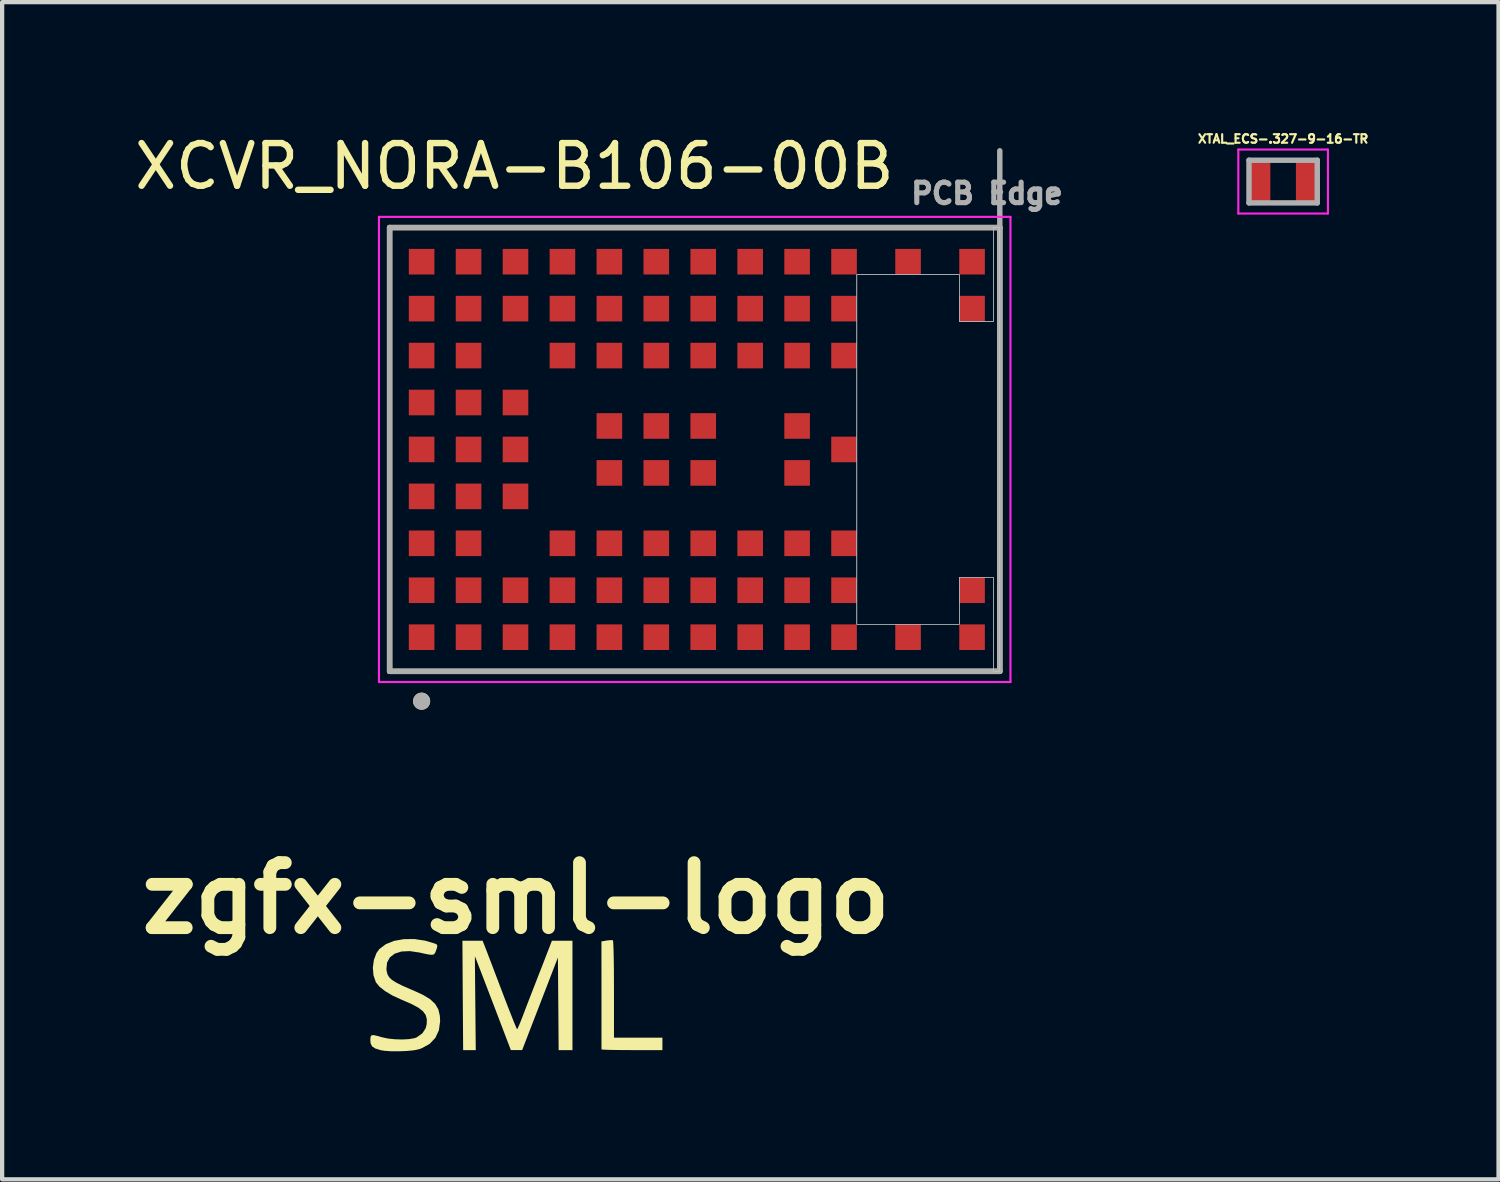
<source format=kicad_pcb>
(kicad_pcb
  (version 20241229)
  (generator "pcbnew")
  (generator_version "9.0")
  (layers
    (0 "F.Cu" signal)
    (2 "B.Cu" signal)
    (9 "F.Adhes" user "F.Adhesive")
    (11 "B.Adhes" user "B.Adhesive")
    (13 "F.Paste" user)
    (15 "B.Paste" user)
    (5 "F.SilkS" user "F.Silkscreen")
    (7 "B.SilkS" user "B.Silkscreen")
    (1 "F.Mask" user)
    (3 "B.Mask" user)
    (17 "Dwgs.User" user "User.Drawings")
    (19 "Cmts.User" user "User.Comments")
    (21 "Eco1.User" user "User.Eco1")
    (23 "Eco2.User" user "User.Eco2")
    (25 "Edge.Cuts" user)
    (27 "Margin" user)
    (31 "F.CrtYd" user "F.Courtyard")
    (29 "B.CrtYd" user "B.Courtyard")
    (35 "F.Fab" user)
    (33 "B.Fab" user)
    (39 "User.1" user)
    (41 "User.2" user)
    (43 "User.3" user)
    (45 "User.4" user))
  (footprint "zgfx-sml-logo"
    (layer "F.Cu")
    (at 9.068 20.262)
    (property "Reference" "zgfx-sml-logo" (at -0.025 -2.261 0) (layer "F.SilkS") (effects (font (size 1.524 1.524) (thickness 0.3))))
    (attr board_only exclude_from_pos_files exclude_from_bom)
    (fp_poly (pts (xy 2.241 -1.278) (xy 2.246 -1.276) (xy 2.252 -1.241) (xy 2.257 -1.149) (xy 2.262 -1.007) (xy 2.266 -0.823) (xy 2.269 -0.603) (xy 2.27 -0.356) (xy 2.271 -0.128) (xy 2.271 1.006) (xy 3.406 1.006) (xy 3.406 1.298) (xy 2.692 1.298) (xy 2.485 1.297) (xy 2.301 1.295) (xy 2.151 1.292) (xy 2.042 1.288) (xy 1.985 1.284) (xy 1.978 1.281) (xy 1.978 1.246) (xy 1.978 1.154) (xy 1.978 1.01) (xy 1.978 0.823) (xy 1.978 0.6) (xy 1.978 0.347) (xy 1.978 0.072) (xy 1.978 0.008) (xy 1.977 -1.249) (xy 2.1 -1.27) (xy 2.185 -1.28)) (stroke (width 0) (type solid)) (fill yes) (layer "F.SilkS"))
    (fp_poly (pts (xy -1.045 -1.265) (xy -0.808 -1.265) (xy -0.766 -1.16) (xy -0.744 -1.103) (xy -0.702 -0.995) (xy -0.644 -0.843) (xy -0.572 -0.655) (xy -0.491 -0.441) (xy -0.403 -0.209) (xy -0.37 -0.122) (xy -0.282 0.108) (xy -0.201 0.319) (xy -0.129 0.5) (xy -0.071 0.647) (xy -0.028 0.75) (xy -0.004 0.804) (xy 0 0.81) (xy 0.017 0.781) (xy 0.052 0.704) (xy 0.098 0.591) (xy 0.142 0.478) (xy 0.203 0.316) (xy 0.279 0.119) (xy 0.36 -0.09) (xy 0.436 -0.285) (xy 0.439 -0.292) (xy 0.511 -0.478) (xy 0.586 -0.669) (xy 0.654 -0.845) (xy 0.708 -0.985) (xy 0.713 -0.998) (xy 0.816 -1.265) (xy 1.298 -1.265) (xy 1.298 1.298) (xy 0.974 1.298) (xy 0.966 0.213) (xy 0.957 -0.872) (xy 0.119 1.298) (xy -0.013 1.297) (xy -0.146 1.297) (xy -0.421 0.576) (xy -0.509 0.344) (xy -0.6 0.107) (xy -0.687 -0.12) (xy -0.764 -0.322) (xy -0.826 -0.483) (xy -0.842 -0.525) (xy -0.989 -0.904) (xy -0.979 0.197) (xy -0.968 1.298) (xy -1.264 1.298) (xy -1.273 0.016) (xy -1.281 -1.265)) (stroke (width 0) (type solid)) (fill yes) (layer "F.SilkS"))
    (fp_poly (pts (xy -2.154 -1.267) (xy -1.927 -1.199) (xy -1.88 -1.176) (xy -1.868 -1.143) (xy -1.884 -1.078) (xy -1.895 -1.047) (xy -1.918 -0.987) (xy -1.944 -0.95) (xy -1.987 -0.935) (xy -2.058 -0.94) (xy -2.171 -0.962) (xy -2.284 -0.988) (xy -2.513 -1.022) (xy -2.709 -1.013) (xy -2.866 -0.963) (xy -2.98 -0.876) (xy -3.047 -0.754) (xy -3.062 -0.599) (xy -3.057 -0.559) (xy -3.038 -0.481) (xy -3 -0.413) (xy -2.935 -0.349) (xy -2.835 -0.285) (xy -2.692 -0.213) (xy -2.498 -0.128) (xy -2.426 -0.098) (xy -2.202 0.005) (xy -2.034 0.107) (xy -1.918 0.218) (xy -1.845 0.343) (xy -1.81 0.493) (xy -1.803 0.618) (xy -1.832 0.832) (xy -1.915 1.011) (xy -2.05 1.153) (xy -2.236 1.255) (xy -2.311 1.281) (xy -2.43 1.304) (xy -2.591 1.319) (xy -2.772 1.326) (xy -2.952 1.325) (xy -3.107 1.314) (xy -3.195 1.3) (xy -3.323 1.26) (xy -3.399 1.21) (xy -3.433 1.139) (xy -3.439 1.069) (xy -3.435 0.995) (xy -3.417 0.955) (xy -3.371 0.945) (xy -3.287 0.962) (xy -3.177 0.994) (xy -3.032 1.026) (xy -2.863 1.044) (xy -2.689 1.049) (xy -2.529 1.04) (xy -2.402 1.018) (xy -2.352 0.999) (xy -2.22 0.905) (xy -2.143 0.788) (xy -2.118 0.689) (xy -2.115 0.573) (xy -2.142 0.475) (xy -2.206 0.387) (xy -2.313 0.304) (xy -2.471 0.219) (xy -2.684 0.126) (xy -2.713 0.114) (xy -2.915 0.022) (xy -3.089 -0.082) (xy -3.224 -0.188) (xy -3.308 -0.29) (xy -3.31 -0.294) (xy -3.365 -0.454) (xy -3.38 -0.634) (xy -3.356 -0.815) (xy -3.296 -0.975) (xy -3.228 -1.07) (xy -3.077 -1.184) (xy -2.882 -1.262) (xy -2.656 -1.302) (xy -2.409 -1.305)) (stroke (width 0) (type solid)) (fill yes) (layer "F.SilkS")))
  (footprint "XCVR_NORA-B106-00B"
    (layer "F.Cu")
    (at 12.331 7.483)
    (property "Reference" "XCVR_NORA-B106-00B" (at -3.325 -6.635 0) (layer "F.SilkS") (effects (font (size 1 1) (thickness 0.15))))
    (attr smd)
    (fp_line (start -6.25 -5.2) (end 8.05 -5.2) (stroke (width 0.127) (type solid)) (layer "F.SilkS"))
    (fp_line (start -6.25 5.2) (end -6.25 -5.2) (stroke (width 0.127) (type solid)) (layer "F.SilkS"))
    (fp_line (start 8.05 -5.2) (end 8.05 5.2) (stroke (width 0.127) (type solid)) (layer "F.SilkS"))
    (fp_line (start 8.05 5.2) (end -6.25 5.2) (stroke (width 0.127) (type solid)) (layer "F.SilkS"))
    (fp_circle (center -5.5 5.9) (end -5.4 5.9) (stroke (width 0.2) (type solid)) (fill no) (layer "F.SilkS"))
    (fp_poly (pts (xy 4.7 -4.1) (xy 4.7 4.1) (xy 7.1 4.1) (xy 7.1 3) (xy 7.9 3) (xy 7.9 5.2) (xy 8.05 5.2) (xy 8.05 -5.2) (xy 7.9 -5.2) (xy 7.9 -3) (xy 7.1 -3) (xy 7.1 -4.1)) (stroke (width 0.01) (type solid)) (fill no) (layer "Dwgs.User"))
    (fp_poly (pts (xy 4.7 -4.1) (xy 4.7 4.1) (xy 7.1 4.1) (xy 7.1 3) (xy 7.9 3) (xy 7.9 5.2) (xy 8.05 5.2) (xy 8.05 -5.2) (xy 7.9 -5.2) (xy 7.9 -3) (xy 7.1 -3) (xy 7.1 -4.1)) (stroke (width 0.01) (type solid)) (fill no) (layer "Dwgs.User"))
    (fp_poly (pts (xy 4.7 -4.1) (xy 4.7 4.1) (xy 7.1 4.1) (xy 7.1 3) (xy 7.9 3) (xy 7.9 5.2) (xy 8.05 5.2) (xy 8.05 -5.2) (xy 7.9 -5.2) (xy 7.9 -3) (xy 7.1 -3) (xy 7.1 -4.1)) (stroke (width 0.01) (type solid)) (fill no) (layer "Dwgs.User"))
    (fp_line (start -6.5 -5.45) (end -6.5 5.45) (stroke (width 0.05) (type solid)) (layer "F.CrtYd"))
    (fp_line (start -6.5 5.45) (end 8.3 5.45) (stroke (width 0.05) (type solid)) (layer "F.CrtYd"))
    (fp_line (start 8.3 -5.45) (end -6.5 -5.45) (stroke (width 0.05) (type solid)) (layer "F.CrtYd"))
    (fp_line (start 8.3 5.45) (end 8.3 -5.45) (stroke (width 0.05) (type solid)) (layer "F.CrtYd"))
    (fp_line (start -6.25 -5.2) (end 8.05 -5.2) (stroke (width 0.127) (type solid)) (layer "F.Fab"))
    (fp_line (start -6.25 5.2) (end -6.25 -5.2) (stroke (width 0.127) (type solid)) (layer "F.Fab"))
    (fp_line (start 8.05 -7) (end 8.05 -5.2) (stroke (width 0.127) (type solid)) (layer "F.Fab"))
    (fp_line (start 8.05 -5.2) (end 8.05 5.2) (stroke (width 0.127) (type solid)) (layer "F.Fab"))
    (fp_line (start 8.05 5.2) (end -6.25 5.2) (stroke (width 0.127) (type solid)) (layer "F.Fab"))
    (fp_circle (center -5.5 5.9) (end -5.4 5.9) (stroke (width 0.2) (type solid)) (fill no) (layer "F.Fab"))
    (fp_text user "PCB Edge" (at 7.75 -6 0) (layer "F.Fab") (effects (font (size 0.48 0.48) (thickness 0.12))))
    (pad "A1" smd rect (at -5.5 4.4) (size 0.6 0.6) (layers "F.Cu" "F.Mask" "F.Paste"))
    (pad "A2" smd rect (at -5.5 3.3) (size 0.6 0.6) (layers "F.Cu" "F.Mask" "F.Paste"))
    (pad "A3" smd rect (at -5.5 2.2) (size 0.6 0.6) (layers "F.Cu" "F.Mask" "F.Paste"))
    (pad "A4" smd rect (at -5.5 1.1) (size 0.6 0.6) (layers "F.Cu" "F.Mask" "F.Paste"))
    (pad "A5" smd rect (at -5.5 0) (size 0.6 0.6) (layers "F.Cu" "F.Mask" "F.Paste"))
    (pad "A6" smd rect (at -5.5 -1.1) (size 0.6 0.6) (layers "F.Cu" "F.Mask" "F.Paste"))
    (pad "A7" smd rect (at -5.5 -2.2) (size 0.6 0.6) (layers "F.Cu" "F.Mask" "F.Paste"))
    (pad "A8" smd rect (at -5.5 -3.3) (size 0.6 0.6) (layers "F.Cu" "F.Mask" "F.Paste"))
    (pad "A9" smd rect (at -5.5 -4.4) (size 0.6 0.6) (layers "F.Cu" "F.Mask" "F.Paste"))
    (pad "B1" smd rect (at -4.4 4.4) (size 0.6 0.6) (layers "F.Cu" "F.Mask" "F.Paste"))
    (pad "B2" smd rect (at -4.4 3.3) (size 0.6 0.6) (layers "F.Cu" "F.Mask" "F.Paste"))
    (pad "B3" smd rect (at -4.4 2.2) (size 0.6 0.6) (layers "F.Cu" "F.Mask" "F.Paste"))
    (pad "B4" smd rect (at -4.4 1.1) (size 0.6 0.6) (layers "F.Cu" "F.Mask" "F.Paste"))
    (pad "B5" smd rect (at -4.4 0) (size 0.6 0.6) (layers "F.Cu" "F.Mask" "F.Paste"))
    (pad "B6" smd rect (at -4.4 -1.1) (size 0.6 0.6) (layers "F.Cu" "F.Mask" "F.Paste"))
    (pad "B7" smd rect (at -4.4 -2.2) (size 0.6 0.6) (layers "F.Cu" "F.Mask" "F.Paste"))
    (pad "B8" smd rect (at -4.4 -3.3) (size 0.6 0.6) (layers "F.Cu" "F.Mask" "F.Paste"))
    (pad "B9" smd rect (at -4.4 -4.4) (size 0.6 0.6) (layers "F.Cu" "F.Mask" "F.Paste"))
    (pad "C1" smd rect (at -3.3 4.4) (size 0.6 0.6) (layers "F.Cu" "F.Mask" "F.Paste"))
    (pad "C2" smd rect (at -3.3 3.3) (size 0.6 0.6) (layers "F.Cu" "F.Mask" "F.Paste"))
    (pad "C4" smd rect (at -3.3 1.1) (size 0.6 0.6) (layers "F.Cu" "F.Mask" "F.Paste"))
    (pad "C5" smd rect (at -3.3 0) (size 0.6 0.6) (layers "F.Cu" "F.Mask" "F.Paste"))
    (pad "C6" smd rect (at -3.3 -1.1) (size 0.6 0.6) (layers "F.Cu" "F.Mask" "F.Paste"))
    (pad "C8" smd rect (at -3.3 -3.3) (size 0.6 0.6) (layers "F.Cu" "F.Mask" "F.Paste"))
    (pad "C9" smd rect (at -3.3 -4.4) (size 0.6 0.6) (layers "F.Cu" "F.Mask" "F.Paste"))
    (pad "D1" smd rect (at -2.2 4.4) (size 0.6 0.6) (layers "F.Cu" "F.Mask" "F.Paste"))
    (pad "D2" smd rect (at -2.2 3.3) (size 0.6 0.6) (layers "F.Cu" "F.Mask" "F.Paste"))
    (pad "D3" smd rect (at -2.2 2.2) (size 0.6 0.6) (layers "F.Cu" "F.Mask" "F.Paste"))
    (pad "D7" smd rect (at -2.2 -2.2) (size 0.6 0.6) (layers "F.Cu" "F.Mask" "F.Paste"))
    (pad "D8" smd rect (at -2.2 -3.3) (size 0.6 0.6) (layers "F.Cu" "F.Mask" "F.Paste"))
    (pad "D9" smd rect (at -2.2 -4.4) (size 0.6 0.6) (layers "F.Cu" "F.Mask" "F.Paste"))
    (pad "E1" smd rect (at -1.1 4.4) (size 0.6 0.6) (layers "F.Cu" "F.Mask" "F.Paste"))
    (pad "E2" smd rect (at -1.1 3.3) (size 0.6 0.6) (layers "F.Cu" "F.Mask" "F.Paste"))
    (pad "E3" smd rect (at -1.1 2.2) (size 0.6 0.6) (layers "F.Cu" "F.Mask" "F.Paste"))
    (pad "E4" smd rect (at -1.1 0.55) (size 0.6 0.6) (layers "F.Cu" "F.Mask" "F.Paste"))
    (pad "E5" smd rect (at -1.1 -0.55) (size 0.6 0.6) (layers "F.Cu" "F.Mask" "F.Paste"))
    (pad "E7" smd rect (at -1.1 -2.2) (size 0.6 0.6) (layers "F.Cu" "F.Mask" "F.Paste"))
    (pad "E8" smd rect (at -1.1 -3.3) (size 0.6 0.6) (layers "F.Cu" "F.Mask" "F.Paste"))
    (pad "E9" smd rect (at -1.1 -4.4) (size 0.6 0.6) (layers "F.Cu" "F.Mask" "F.Paste"))
    (pad "F1" smd rect (at 0 4.4) (size 0.6 0.6) (layers "F.Cu" "F.Mask" "F.Paste"))
    (pad "F2" smd rect (at 0 3.3) (size 0.6 0.6) (layers "F.Cu" "F.Mask" "F.Paste"))
    (pad "F3" smd rect (at 0 2.2) (size 0.6 0.6) (layers "F.Cu" "F.Mask" "F.Paste"))
    (pad "F4" smd rect (at 0 0.55) (size 0.6 0.6) (layers "F.Cu" "F.Mask" "F.Paste"))
    (pad "F5" smd rect (at 0 -0.55) (size 0.6 0.6) (layers "F.Cu" "F.Mask" "F.Paste"))
    (pad "F7" smd rect (at 0 -2.2) (size 0.6 0.6) (layers "F.Cu" "F.Mask" "F.Paste"))
    (pad "F8" smd rect (at 0 -3.3) (size 0.6 0.6) (layers "F.Cu" "F.Mask" "F.Paste"))
    (pad "F9" smd rect (at 0 -4.4) (size 0.6 0.6) (layers "F.Cu" "F.Mask" "F.Paste"))
    (pad "G1" smd rect (at 1.1 4.4) (size 0.6 0.6) (layers "F.Cu" "F.Mask" "F.Paste"))
    (pad "G2" smd rect (at 1.1 3.3) (size 0.6 0.6) (layers "F.Cu" "F.Mask" "F.Paste"))
    (pad "G3" smd rect (at 1.1 2.2) (size 0.6 0.6) (layers "F.Cu" "F.Mask" "F.Paste"))
    (pad "G4" smd rect (at 1.1 0.55) (size 0.6 0.6) (layers "F.Cu" "F.Mask" "F.Paste"))
    (pad "G5" smd rect (at 1.1 -0.55) (size 0.6 0.6) (layers "F.Cu" "F.Mask" "F.Paste"))
    (pad "G7" smd rect (at 1.1 -2.2) (size 0.6 0.6) (layers "F.Cu" "F.Mask" "F.Paste"))
    (pad "G8" smd rect (at 1.1 -3.3) (size 0.6 0.6) (layers "F.Cu" "F.Mask" "F.Paste"))
    (pad "G9" smd rect (at 1.1 -4.4) (size 0.6 0.6) (layers "F.Cu" "F.Mask" "F.Paste"))
    (pad "H1" smd rect (at 2.2 4.4) (size 0.6 0.6) (layers "F.Cu" "F.Mask" "F.Paste"))
    (pad "H2" smd rect (at 2.2 3.3) (size 0.6 0.6) (layers "F.Cu" "F.Mask" "F.Paste"))
    (pad "H3" smd rect (at 2.2 2.2) (size 0.6 0.6) (layers "F.Cu" "F.Mask" "F.Paste"))
    (pad "H7" smd rect (at 2.2 -2.2) (size 0.6 0.6) (layers "F.Cu" "F.Mask" "F.Paste"))
    (pad "H8" smd rect (at 2.2 -3.3) (size 0.6 0.6) (layers "F.Cu" "F.Mask" "F.Paste"))
    (pad "H9" smd rect (at 2.2 -4.4) (size 0.6 0.6) (layers "F.Cu" "F.Mask" "F.Paste"))
    (pad "J1" smd rect (at 3.3 4.4) (size 0.6 0.6) (layers "F.Cu" "F.Mask" "F.Paste"))
    (pad "J2" smd rect (at 3.3 3.3) (size 0.6 0.6) (layers "F.Cu" "F.Mask" "F.Paste"))
    (pad "J3" smd rect (at 3.3 2.2) (size 0.6 0.6) (layers "F.Cu" "F.Mask" "F.Paste"))
    (pad "J4" smd rect (at 3.3 0.55) (size 0.6 0.6) (layers "F.Cu" "F.Mask" "F.Paste"))
    (pad "J5" smd rect (at 3.3 -0.55) (size 0.6 0.6) (layers "F.Cu" "F.Mask" "F.Paste"))
    (pad "J7" smd rect (at 3.3 -2.2) (size 0.6 0.6) (layers "F.Cu" "F.Mask" "F.Paste"))
    (pad "J8" smd rect (at 3.3 -3.3) (size 0.6 0.6) (layers "F.Cu" "F.Mask" "F.Paste"))
    (pad "J9" smd rect (at 3.3 -4.4) (size 0.6 0.6) (layers "F.Cu" "F.Mask" "F.Paste"))
    (pad "K1" smd rect (at 4.4 4.4) (size 0.6 0.6) (layers "F.Cu" "F.Mask" "F.Paste"))
    (pad "K2" smd rect (at 4.4 3.3) (size 0.6 0.6) (layers "F.Cu" "F.Mask" "F.Paste"))
    (pad "K3" smd rect (at 4.4 2.2) (size 0.6 0.6) (layers "F.Cu" "F.Mask" "F.Paste"))
    (pad "K5" smd rect (at 4.4 0) (size 0.6 0.6) (layers "F.Cu" "F.Mask" "F.Paste"))
    (pad "K7" smd rect (at 4.4 -2.2) (size 0.6 0.6) (layers "F.Cu" "F.Mask" "F.Paste"))
    (pad "K8" smd rect (at 4.4 -3.3) (size 0.6 0.6) (layers "F.Cu" "F.Mask" "F.Paste"))
    (pad "K9" smd rect (at 4.4 -4.4) (size 0.6 0.6) (layers "F.Cu" "F.Mask" "F.Paste"))
    (pad "L1" smd rect (at 5.9 4.4) (size 0.6 0.6) (layers "F.Cu" "F.Mask" "F.Paste"))
    (pad "L9" smd rect (at 5.9 -4.4) (size 0.6 0.6) (layers "F.Cu" "F.Mask" "F.Paste"))
    (pad "M1" smd rect (at 7.4 4.4) (size 0.6 0.6) (layers "F.Cu" "F.Mask" "F.Paste"))
    (pad "M2" smd rect (at 7.4 3.3) (size 0.6 0.6) (layers "F.Cu" "F.Mask" "F.Paste"))
    (pad "M8" smd rect (at 7.4 -3.3) (size 0.6 0.6) (layers "F.Cu" "F.Mask" "F.Paste"))
    (pad "M9" smd rect (at 7.4 -4.4) (size 0.6 0.6) (layers "F.Cu" "F.Mask" "F.Paste")))
  (footprint "XTAL_ECS-.327-9-16-TR"
    (layer "F.Cu")
    (at 27.021 1.205)
    (property "Reference" "XTAL_ECS-.327-9-16-TR" (at 0 -1 0) (layer "F.SilkS") (effects (font (size 0.2 0.2) (thickness 0.05))))
    (attr smd)
    (fp_line (start -1.05 -0.75) (end -1.05 0.75) (stroke (width 0.05) (type solid)) (layer "F.CrtYd"))
    (fp_line (start -1.05 0.75) (end 1.05 0.75) (stroke (width 0.05) (type solid)) (layer "F.CrtYd"))
    (fp_line (start 1.05 -0.75) (end -1.05 -0.75) (stroke (width 0.05) (type solid)) (layer "F.CrtYd"))
    (fp_line (start 1.05 0.75) (end 1.05 -0.75) (stroke (width 0.05) (type solid)) (layer "F.CrtYd"))
    (fp_line (start -0.8 -0.5) (end -0.8 0.5) (stroke (width 0.127) (type solid)) (layer "F.Fab"))
    (fp_line (start -0.8 0.5) (end 0.8 0.5) (stroke (width 0.127) (type solid)) (layer "F.Fab"))
    (fp_line (start 0.8 -0.5) (end -0.8 -0.5) (stroke (width 0.127) (type solid)) (layer "F.Fab"))
    (fp_line (start 0.8 0.5) (end 0.8 -0.5) (stroke (width 0.127) (type solid)) (layer "F.Fab"))
    (pad "1" smd rect (at -0.55 0) (size 0.5 1) (layers "F.Cu" "F.Mask" "F.Paste"))
    (pad "2" smd rect (at 0.55 0) (size 0.5 1) (layers "F.Cu" "F.Mask" "F.Paste")))
  (gr_rect
    (start -3 -3)
    (end 32.069 24.588)
    (stroke (width 0.1) (type default))
    (fill no)
    (layer "Edge.Cuts")))
</source>
